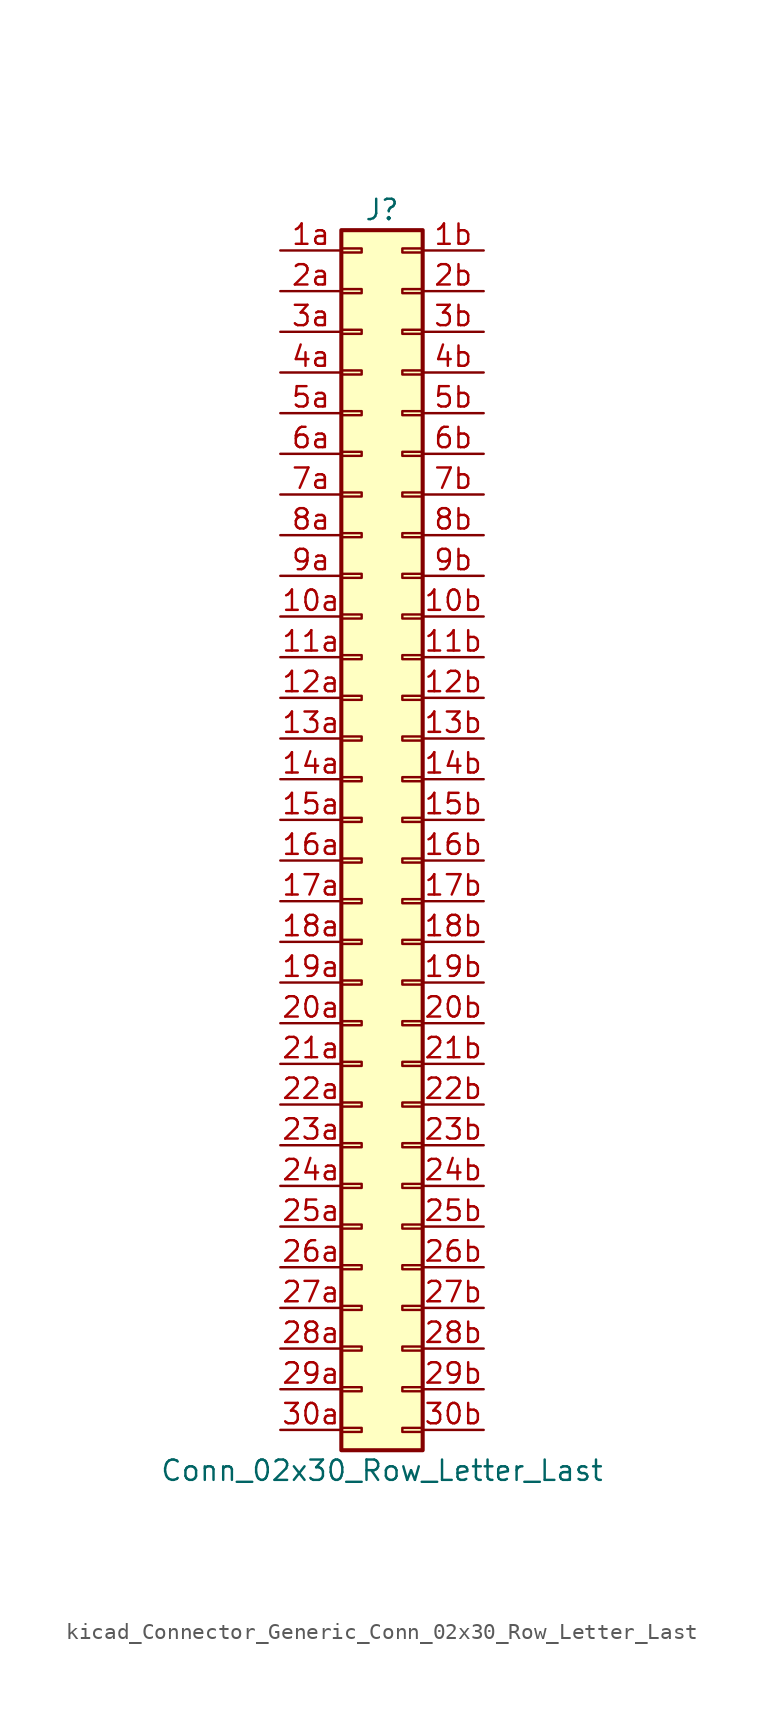
<source format=kicad_sym>
(kicad_symbol_lib
  (version 20220914)
  (generator kicad_symbol_editor)
  (symbol "kicad_Connector_Generic_Conn_02x30_Row_Letter_Last"
    (pin_names
      (offset 1.016) hide)
    (property "Reference" "J"
      (at 1.27 38.1 0)
      (effects (font (size 1.27 1.27))))
    (property "Value" "Conn_02x30_Row_Letter_Last"
      (at 1.27 -40.64 0)
      (effects (font (size 1.27 1.27))))
    (symbol "kicad_Connector_Generic_Conn_02x30_Row_Letter_Last_1_1"
      (rectangle (start -1.27 -37.973) (end 0 -38.227) (stroke (width 0.152) (type default)) (fill (type none)))
      (rectangle (start -1.27 -35.433) (end 0 -35.687) (stroke (width 0.152) (type default)) (fill (type none)))
      (rectangle (start -1.27 -32.893) (end 0 -33.147) (stroke (width 0.152) (type default)) (fill (type none)))
      (rectangle (start -1.27 -30.353) (end 0 -30.607) (stroke (width 0.152) (type default)) (fill (type none)))
      (rectangle (start -1.27 -27.813) (end 0 -28.067) (stroke (width 0.152) (type default)) (fill (type none)))
      (rectangle (start -1.27 -25.273) (end 0 -25.527) (stroke (width 0.152) (type default)) (fill (type none)))
      (rectangle (start -1.27 -22.733) (end 0 -22.987) (stroke (width 0.152) (type default)) (fill (type none)))
      (rectangle (start -1.27 -20.193) (end 0 -20.447) (stroke (width 0.152) (type default)) (fill (type none)))
      (rectangle (start -1.27 -17.653) (end 0 -17.907) (stroke (width 0.152) (type default)) (fill (type none)))
      (rectangle (start -1.27 -15.113) (end 0 -15.367) (stroke (width 0.152) (type default)) (fill (type none)))
      (rectangle (start -1.27 -12.573) (end 0 -12.827) (stroke (width 0.152) (type default)) (fill (type none)))
      (rectangle (start -1.27 -10.033) (end 0 -10.287) (stroke (width 0.152) (type default)) (fill (type none)))
      (rectangle (start -1.27 -7.493) (end 0 -7.747) (stroke (width 0.152) (type default)) (fill (type none)))
      (rectangle (start -1.27 -4.953) (end 0 -5.207) (stroke (width 0.152) (type default)) (fill (type none)))
      (rectangle (start -1.27 -2.413) (end 0 -2.667) (stroke (width 0.152) (type default)) (fill (type none)))
      (rectangle (start -1.27 0.127) (end 0 -0.127) (stroke (width 0.152) (type default)) (fill (type none)))
      (rectangle (start -1.27 2.667) (end 0 2.413) (stroke (width 0.152) (type default)) (fill (type none)))
      (rectangle (start -1.27 5.207) (end 0 4.953) (stroke (width 0.152) (type default)) (fill (type none)))
      (rectangle (start -1.27 7.747) (end 0 7.493) (stroke (width 0.152) (type default)) (fill (type none)))
      (rectangle (start -1.27 10.287) (end 0 10.033) (stroke (width 0.152) (type default)) (fill (type none)))
      (rectangle (start -1.27 12.827) (end 0 12.573) (stroke (width 0.152) (type default)) (fill (type none)))
      (rectangle (start -1.27 15.367) (end 0 15.113) (stroke (width 0.152) (type default)) (fill (type none)))
      (rectangle (start -1.27 17.907) (end 0 17.653) (stroke (width 0.152) (type default)) (fill (type none)))
      (rectangle (start -1.27 20.447) (end 0 20.193) (stroke (width 0.152) (type default)) (fill (type none)))
      (rectangle (start -1.27 22.987) (end 0 22.733) (stroke (width 0.152) (type default)) (fill (type none)))
      (rectangle (start -1.27 25.527) (end 0 25.273) (stroke (width 0.152) (type default)) (fill (type none)))
      (rectangle (start -1.27 28.067) (end 0 27.813) (stroke (width 0.152) (type default)) (fill (type none)))
      (rectangle (start -1.27 30.607) (end 0 30.353) (stroke (width 0.152) (type default)) (fill (type none)))
      (rectangle (start -1.27 33.147) (end 0 32.893) (stroke (width 0.152) (type default)) (fill (type none)))
      (rectangle (start -1.27 35.687) (end 0 35.433) (stroke (width 0.152) (type default)) (fill (type none)))
      (rectangle (start -1.27 36.83) (end 3.81 -39.37) (stroke (width 0.254) (type default)) (fill (type background)))
      (rectangle (start 3.81 -37.973) (end 2.54 -38.227) (stroke (width 0.152) (type default)) (fill (type none)))
      (rectangle (start 3.81 -35.433) (end 2.54 -35.687) (stroke (width 0.152) (type default)) (fill (type none)))
      (rectangle (start 3.81 -32.893) (end 2.54 -33.147) (stroke (width 0.152) (type default)) (fill (type none)))
      (rectangle (start 3.81 -30.353) (end 2.54 -30.607) (stroke (width 0.152) (type default)) (fill (type none)))
      (rectangle (start 3.81 -27.813) (end 2.54 -28.067) (stroke (width 0.152) (type default)) (fill (type none)))
      (rectangle (start 3.81 -25.273) (end 2.54 -25.527) (stroke (width 0.152) (type default)) (fill (type none)))
      (rectangle (start 3.81 -22.733) (end 2.54 -22.987) (stroke (width 0.152) (type default)) (fill (type none)))
      (rectangle (start 3.81 -20.193) (end 2.54 -20.447) (stroke (width 0.152) (type default)) (fill (type none)))
      (rectangle (start 3.81 -17.653) (end 2.54 -17.907) (stroke (width 0.152) (type default)) (fill (type none)))
      (rectangle (start 3.81 -15.113) (end 2.54 -15.367) (stroke (width 0.152) (type default)) (fill (type none)))
      (rectangle (start 3.81 -12.573) (end 2.54 -12.827) (stroke (width 0.152) (type default)) (fill (type none)))
      (rectangle (start 3.81 -10.033) (end 2.54 -10.287) (stroke (width 0.152) (type default)) (fill (type none)))
      (rectangle (start 3.81 -7.493) (end 2.54 -7.747) (stroke (width 0.152) (type default)) (fill (type none)))
      (rectangle (start 3.81 -4.953) (end 2.54 -5.207) (stroke (width 0.152) (type default)) (fill (type none)))
      (rectangle (start 3.81 -2.413) (end 2.54 -2.667) (stroke (width 0.152) (type default)) (fill (type none)))
      (rectangle (start 3.81 0.127) (end 2.54 -0.127) (stroke (width 0.152) (type default)) (fill (type none)))
      (rectangle (start 3.81 2.667) (end 2.54 2.413) (stroke (width 0.152) (type default)) (fill (type none)))
      (rectangle (start 3.81 5.207) (end 2.54 4.953) (stroke (width 0.152) (type default)) (fill (type none)))
      (rectangle (start 3.81 7.747) (end 2.54 7.493) (stroke (width 0.152) (type default)) (fill (type none)))
      (rectangle (start 3.81 10.287) (end 2.54 10.033) (stroke (width 0.152) (type default)) (fill (type none)))
      (rectangle (start 3.81 12.827) (end 2.54 12.573) (stroke (width 0.152) (type default)) (fill (type none)))
      (rectangle (start 3.81 15.367) (end 2.54 15.113) (stroke (width 0.152) (type default)) (fill (type none)))
      (rectangle (start 3.81 17.907) (end 2.54 17.653) (stroke (width 0.152) (type default)) (fill (type none)))
      (rectangle (start 3.81 20.447) (end 2.54 20.193) (stroke (width 0.152) (type default)) (fill (type none)))
      (rectangle (start 3.81 22.987) (end 2.54 22.733) (stroke (width 0.152) (type default)) (fill (type none)))
      (rectangle (start 3.81 25.527) (end 2.54 25.273) (stroke (width 0.152) (type default)) (fill (type none)))
      (rectangle (start 3.81 28.067) (end 2.54 27.813) (stroke (width 0.152) (type default)) (fill (type none)))
      (rectangle (start 3.81 30.607) (end 2.54 30.353) (stroke (width 0.152) (type default)) (fill (type none)))
      (rectangle (start 3.81 33.147) (end 2.54 32.893) (stroke (width 0.152) (type default)) (fill (type none)))
      (rectangle (start 3.81 35.687) (end 2.54 35.433) (stroke (width 0.152) (type default)) (fill (type none)))
      (pin passive line (at -5.08 12.7 0) (length 3.81) (name "Pin_10a" (effects (font (size 1.27 1.27)))) (number "10a" (effects (font (size 1.27 1.27)))))
      (pin passive line (at 7.62 12.7 180) (length 3.81) (name "Pin_10b" (effects (font (size 1.27 1.27)))) (number "10b" (effects (font (size 1.27 1.27)))))
      (pin passive line (at -5.08 10.16 0) (length 3.81) (name "Pin_11a" (effects (font (size 1.27 1.27)))) (number "11a" (effects (font (size 1.27 1.27)))))
      (pin passive line (at 7.62 10.16 180) (length 3.81) (name "Pin_11b" (effects (font (size 1.27 1.27)))) (number "11b" (effects (font (size 1.27 1.27)))))
      (pin passive line (at -5.08 7.62 0) (length 3.81) (name "Pin_12a" (effects (font (size 1.27 1.27)))) (number "12a" (effects (font (size 1.27 1.27)))))
      (pin passive line (at 7.62 7.62 180) (length 3.81) (name "Pin_12b" (effects (font (size 1.27 1.27)))) (number "12b" (effects (font (size 1.27 1.27)))))
      (pin passive line (at -5.08 5.08 0) (length 3.81) (name "Pin_13a" (effects (font (size 1.27 1.27)))) (number "13a" (effects (font (size 1.27 1.27)))))
      (pin passive line (at 7.62 5.08 180) (length 3.81) (name "Pin_13b" (effects (font (size 1.27 1.27)))) (number "13b" (effects (font (size 1.27 1.27)))))
      (pin passive line (at -5.08 2.54 0) (length 3.81) (name "Pin_14a" (effects (font (size 1.27 1.27)))) (number "14a" (effects (font (size 1.27 1.27)))))
      (pin passive line (at 7.62 2.54 180) (length 3.81) (name "Pin_14b" (effects (font (size 1.27 1.27)))) (number "14b" (effects (font (size 1.27 1.27)))))
      (pin passive line (at -5.08 0 0) (length 3.81) (name "Pin_15a" (effects (font (size 1.27 1.27)))) (number "15a" (effects (font (size 1.27 1.27)))))
      (pin passive line (at 7.62 0 180) (length 3.81) (name "Pin_15b" (effects (font (size 1.27 1.27)))) (number "15b" (effects (font (size 1.27 1.27)))))
      (pin passive line (at -5.08 -2.54 0) (length 3.81) (name "Pin_16a" (effects (font (size 1.27 1.27)))) (number "16a" (effects (font (size 1.27 1.27)))))
      (pin passive line (at 7.62 -2.54 180) (length 3.81) (name "Pin_16b" (effects (font (size 1.27 1.27)))) (number "16b" (effects (font (size 1.27 1.27)))))
      (pin passive line (at -5.08 -5.08 0) (length 3.81) (name "Pin_17a" (effects (font (size 1.27 1.27)))) (number "17a" (effects (font (size 1.27 1.27)))))
      (pin passive line (at 7.62 -5.08 180) (length 3.81) (name "Pin_17b" (effects (font (size 1.27 1.27)))) (number "17b" (effects (font (size 1.27 1.27)))))
      (pin passive line (at -5.08 -7.62 0) (length 3.81) (name "Pin_18a" (effects (font (size 1.27 1.27)))) (number "18a" (effects (font (size 1.27 1.27)))))
      (pin passive line (at 7.62 -7.62 180) (length 3.81) (name "Pin_18b" (effects (font (size 1.27 1.27)))) (number "18b" (effects (font (size 1.27 1.27)))))
      (pin passive line (at -5.08 -10.16 0) (length 3.81) (name "Pin_19a" (effects (font (size 1.27 1.27)))) (number "19a" (effects (font (size 1.27 1.27)))))
      (pin passive line (at 7.62 -10.16 180) (length 3.81) (name "Pin_19b" (effects (font (size 1.27 1.27)))) (number "19b" (effects (font (size 1.27 1.27)))))
      (pin passive line (at -5.08 35.56 0) (length 3.81) (name "Pin_1a" (effects (font (size 1.27 1.27)))) (number "1a" (effects (font (size 1.27 1.27)))))
      (pin passive line (at 7.62 35.56 180) (length 3.81) (name "Pin_1b" (effects (font (size 1.27 1.27)))) (number "1b" (effects (font (size 1.27 1.27)))))
      (pin passive line (at -5.08 -12.7 0) (length 3.81) (name "Pin_20a" (effects (font (size 1.27 1.27)))) (number "20a" (effects (font (size 1.27 1.27)))))
      (pin passive line (at 7.62 -12.7 180) (length 3.81) (name "Pin_20b" (effects (font (size 1.27 1.27)))) (number "20b" (effects (font (size 1.27 1.27)))))
      (pin passive line (at -5.08 -15.24 0) (length 3.81) (name "Pin_21a" (effects (font (size 1.27 1.27)))) (number "21a" (effects (font (size 1.27 1.27)))))
      (pin passive line (at 7.62 -15.24 180) (length 3.81) (name "Pin_21b" (effects (font (size 1.27 1.27)))) (number "21b" (effects (font (size 1.27 1.27)))))
      (pin passive line (at -5.08 -17.78 0) (length 3.81) (name "Pin_22a" (effects (font (size 1.27 1.27)))) (number "22a" (effects (font (size 1.27 1.27)))))
      (pin passive line (at 7.62 -17.78 180) (length 3.81) (name "Pin_22b" (effects (font (size 1.27 1.27)))) (number "22b" (effects (font (size 1.27 1.27)))))
      (pin passive line (at -5.08 -20.32 0) (length 3.81) (name "Pin_23a" (effects (font (size 1.27 1.27)))) (number "23a" (effects (font (size 1.27 1.27)))))
      (pin passive line (at 7.62 -20.32 180) (length 3.81) (name "Pin_23b" (effects (font (size 1.27 1.27)))) (number "23b" (effects (font (size 1.27 1.27)))))
      (pin passive line (at -5.08 -22.86 0) (length 3.81) (name "Pin_24a" (effects (font (size 1.27 1.27)))) (number "24a" (effects (font (size 1.27 1.27)))))
      (pin passive line (at 7.62 -22.86 180) (length 3.81) (name "Pin_24b" (effects (font (size 1.27 1.27)))) (number "24b" (effects (font (size 1.27 1.27)))))
      (pin passive line (at -5.08 -25.4 0) (length 3.81) (name "Pin_25a" (effects (font (size 1.27 1.27)))) (number "25a" (effects (font (size 1.27 1.27)))))
      (pin passive line (at 7.62 -25.4 180) (length 3.81) (name "Pin_25b" (effects (font (size 1.27 1.27)))) (number "25b" (effects (font (size 1.27 1.27)))))
      (pin passive line (at -5.08 -27.94 0) (length 3.81) (name "Pin_26a" (effects (font (size 1.27 1.27)))) (number "26a" (effects (font (size 1.27 1.27)))))
      (pin passive line (at 7.62 -27.94 180) (length 3.81) (name "Pin_26b" (effects (font (size 1.27 1.27)))) (number "26b" (effects (font (size 1.27 1.27)))))
      (pin passive line (at -5.08 -30.48 0) (length 3.81) (name "Pin_27a" (effects (font (size 1.27 1.27)))) (number "27a" (effects (font (size 1.27 1.27)))))
      (pin passive line (at 7.62 -30.48 180) (length 3.81) (name "Pin_27b" (effects (font (size 1.27 1.27)))) (number "27b" (effects (font (size 1.27 1.27)))))
      (pin passive line (at -5.08 -33.02 0) (length 3.81) (name "Pin_28a" (effects (font (size 1.27 1.27)))) (number "28a" (effects (font (size 1.27 1.27)))))
      (pin passive line (at 7.62 -33.02 180) (length 3.81) (name "Pin_28b" (effects (font (size 1.27 1.27)))) (number "28b" (effects (font (size 1.27 1.27)))))
      (pin passive line (at -5.08 -35.56 0) (length 3.81) (name "Pin_29a" (effects (font (size 1.27 1.27)))) (number "29a" (effects (font (size 1.27 1.27)))))
      (pin passive line (at 7.62 -35.56 180) (length 3.81) (name "Pin_29b" (effects (font (size 1.27 1.27)))) (number "29b" (effects (font (size 1.27 1.27)))))
      (pin passive line (at -5.08 33.02 0) (length 3.81) (name "Pin_2a" (effects (font (size 1.27 1.27)))) (number "2a" (effects (font (size 1.27 1.27)))))
      (pin passive line (at 7.62 33.02 180) (length 3.81) (name "Pin_2b" (effects (font (size 1.27 1.27)))) (number "2b" (effects (font (size 1.27 1.27)))))
      (pin passive line (at -5.08 -38.1 0) (length 3.81) (name "Pin_30a" (effects (font (size 1.27 1.27)))) (number "30a" (effects (font (size 1.27 1.27)))))
      (pin passive line (at 7.62 -38.1 180) (length 3.81) (name "Pin_30b" (effects (font (size 1.27 1.27)))) (number "30b" (effects (font (size 1.27 1.27)))))
      (pin passive line (at -5.08 30.48 0) (length 3.81) (name "Pin_3a" (effects (font (size 1.27 1.27)))) (number "3a" (effects (font (size 1.27 1.27)))))
      (pin passive line (at 7.62 30.48 180) (length 3.81) (name "Pin_3b" (effects (font (size 1.27 1.27)))) (number "3b" (effects (font (size 1.27 1.27)))))
      (pin passive line (at -5.08 27.94 0) (length 3.81) (name "Pin_4a" (effects (font (size 1.27 1.27)))) (number "4a" (effects (font (size 1.27 1.27)))))
      (pin passive line (at 7.62 27.94 180) (length 3.81) (name "Pin_4b" (effects (font (size 1.27 1.27)))) (number "4b" (effects (font (size 1.27 1.27)))))
      (pin passive line (at -5.08 25.4 0) (length 3.81) (name "Pin_5a" (effects (font (size 1.27 1.27)))) (number "5a" (effects (font (size 1.27 1.27)))))
      (pin passive line (at 7.62 25.4 180) (length 3.81) (name "Pin_5b" (effects (font (size 1.27 1.27)))) (number "5b" (effects (font (size 1.27 1.27)))))
      (pin passive line (at -5.08 22.86 0) (length 3.81) (name "Pin_6a" (effects (font (size 1.27 1.27)))) (number "6a" (effects (font (size 1.27 1.27)))))
      (pin passive line (at 7.62 22.86 180) (length 3.81) (name "Pin_6b" (effects (font (size 1.27 1.27)))) (number "6b" (effects (font (size 1.27 1.27)))))
      (pin passive line (at -5.08 20.32 0) (length 3.81) (name "Pin_7a" (effects (font (size 1.27 1.27)))) (number "7a" (effects (font (size 1.27 1.27)))))
      (pin passive line (at 7.62 20.32 180) (length 3.81) (name "Pin_7b" (effects (font (size 1.27 1.27)))) (number "7b" (effects (font (size 1.27 1.27)))))
      (pin passive line (at -5.08 17.78 0) (length 3.81) (name "Pin_8a" (effects (font (size 1.27 1.27)))) (number "8a" (effects (font (size 1.27 1.27)))))
      (pin passive line (at 7.62 17.78 180) (length 3.81) (name "Pin_8b" (effects (font (size 1.27 1.27)))) (number "8b" (effects (font (size 1.27 1.27)))))
      (pin passive line (at -5.08 15.24 0) (length 3.81) (name "Pin_9a" (effects (font (size 1.27 1.27)))) (number "9a" (effects (font (size 1.27 1.27)))))
      (pin passive line (at 7.62 15.24 180) (length 3.81) (name "Pin_9b" (effects (font (size 1.27 1.27)))) (number "9b" (effects (font (size 1.27 1.27))))))))
</source>
